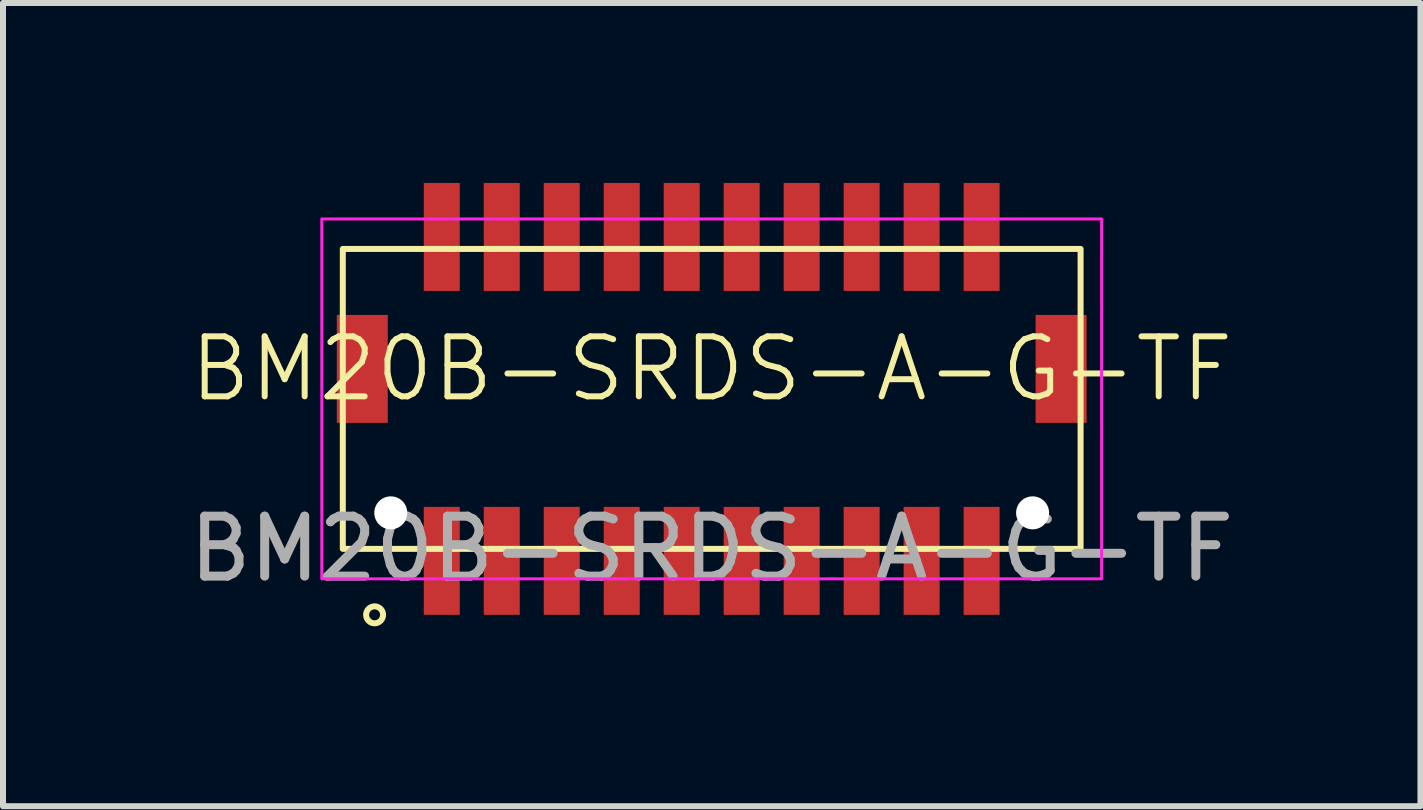
<source format=kicad_pcb>
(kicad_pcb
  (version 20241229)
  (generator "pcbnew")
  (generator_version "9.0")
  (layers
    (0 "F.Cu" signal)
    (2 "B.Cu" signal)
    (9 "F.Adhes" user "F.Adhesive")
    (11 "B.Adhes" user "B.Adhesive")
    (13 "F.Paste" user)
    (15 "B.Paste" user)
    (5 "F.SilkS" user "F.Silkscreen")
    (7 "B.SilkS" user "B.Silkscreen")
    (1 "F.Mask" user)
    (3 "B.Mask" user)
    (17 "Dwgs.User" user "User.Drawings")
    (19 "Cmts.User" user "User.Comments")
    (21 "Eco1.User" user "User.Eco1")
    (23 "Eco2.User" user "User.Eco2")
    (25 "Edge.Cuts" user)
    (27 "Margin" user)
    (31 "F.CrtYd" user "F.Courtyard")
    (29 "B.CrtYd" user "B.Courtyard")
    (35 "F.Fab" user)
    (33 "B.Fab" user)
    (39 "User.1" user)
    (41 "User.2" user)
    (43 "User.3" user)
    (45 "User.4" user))
  (footprint "BM20B-SRDS-A-G-TF"
    (layer "F.Cu")
    (at 8.815 3.6)
    (property "Reference" "BM20B-SRDS-A-G-TF" (at 0 -0.5 0) (unlocked yes) (layer "F.SilkS") (effects (font (size 1 1) (thickness 0.1))))
    (attr smd)
    (fp_rect (start -6.15 -2.5) (end 6.15 2.5) (stroke (width 0.1) (type solid)) (fill no) (layer "F.SilkS"))
    (fp_circle (center -5.62 3.6) (end -5.52 3.7) (stroke (width 0.1) (type default)) (fill no) (layer "F.SilkS"))
    (fp_rect (start -6.5 -3) (end 6.5 3) (stroke (width 0.05) (type solid)) (fill no) (layer "F.CrtYd"))
    (fp_text user "${REFERENCE}" (at 0 2.5 0) (unlocked yes) (layer "F.Fab") (effects (font (size 1 1) (thickness 0.15))))
    (pad "" np_thru_hole circle (at -5.35 1.9) (size 0.55 0.55) (drill 0.55) (layers "*.Cu" "*.Mask"))
    (pad "" np_thru_hole circle (at 5.35 1.9) (size 0.55 0.55) (drill 0.55) (layers "*.Cu" "*.Mask"))
    (pad "1" smd rect (at -4.5 2.7) (size 0.6 1.8) (layers "F.Cu" "F.Mask" "F.Paste"))
    (pad "2" smd rect (at -4.5 -2.7) (size 0.6 1.8) (layers "F.Cu" "F.Mask" "F.Paste"))
    (pad "3" smd rect (at -3.5 2.7) (size 0.6 1.8) (layers "F.Cu" "F.Mask" "F.Paste"))
    (pad "4" smd rect (at -3.5 -2.7) (size 0.6 1.8) (layers "F.Cu" "F.Mask" "F.Paste"))
    (pad "5" smd rect (at -2.5 2.7) (size 0.6 1.8) (layers "F.Cu" "F.Mask" "F.Paste"))
    (pad "6" smd rect (at -2.5 -2.7) (size 0.6 1.8) (layers "F.Cu" "F.Mask" "F.Paste"))
    (pad "7" smd rect (at -1.5 2.7) (size 0.6 1.8) (layers "F.Cu" "F.Mask" "F.Paste"))
    (pad "8" smd rect (at -1.5 -2.7) (size 0.6 1.8) (layers "F.Cu" "F.Mask" "F.Paste"))
    (pad "9" smd rect (at -0.5 2.7) (size 0.6 1.8) (layers "F.Cu" "F.Mask" "F.Paste"))
    (pad "10" smd rect (at -0.5 -2.7) (size 0.6 1.8) (layers "F.Cu" "F.Mask" "F.Paste"))
    (pad "11" smd rect (at 0.5 2.7) (size 0.6 1.8) (layers "F.Cu" "F.Mask" "F.Paste"))
    (pad "12" smd rect (at 0.5 -2.7) (size 0.6 1.8) (layers "F.Cu" "F.Mask" "F.Paste"))
    (pad "13" smd rect (at 1.5 2.7) (size 0.6 1.8) (layers "F.Cu" "F.Mask" "F.Paste"))
    (pad "14" smd rect (at 1.5 -2.7) (size 0.6 1.8) (layers "F.Cu" "F.Mask" "F.Paste"))
    (pad "15" smd rect (at 2.5 2.7) (size 0.6 1.8) (layers "F.Cu" "F.Mask" "F.Paste"))
    (pad "16" smd rect (at 2.5 -2.7) (size 0.6 1.8) (layers "F.Cu" "F.Mask" "F.Paste"))
    (pad "17" smd rect (at 3.5 2.7) (size 0.6 1.8) (layers "F.Cu" "F.Mask" "F.Paste"))
    (pad "18" smd rect (at 3.5 -2.7) (size 0.6 1.8) (layers "F.Cu" "F.Mask" "F.Paste"))
    (pad "19" smd rect (at 4.5 2.7) (size 0.6 1.8) (layers "F.Cu" "F.Mask" "F.Paste"))
    (pad "20" smd rect (at 4.5 -2.7) (size 0.6 1.8) (layers "F.Cu" "F.Mask" "F.Paste"))
    (pad "21" smd rect (at -5.825 -0.5) (size 0.85 1.8) (layers "F.Cu" "F.Mask" "F.Paste"))
    (pad "21" smd rect (at 5.825 -0.5) (size 0.85 1.8) (layers "F.Cu" "F.Mask" "F.Paste")))
  (gr_rect
    (start -3 -3)
    (end 20.631 10.391)
    (stroke (width 0.1) (type default))
    (fill no)
    (layer "Edge.Cuts")))
</source>
